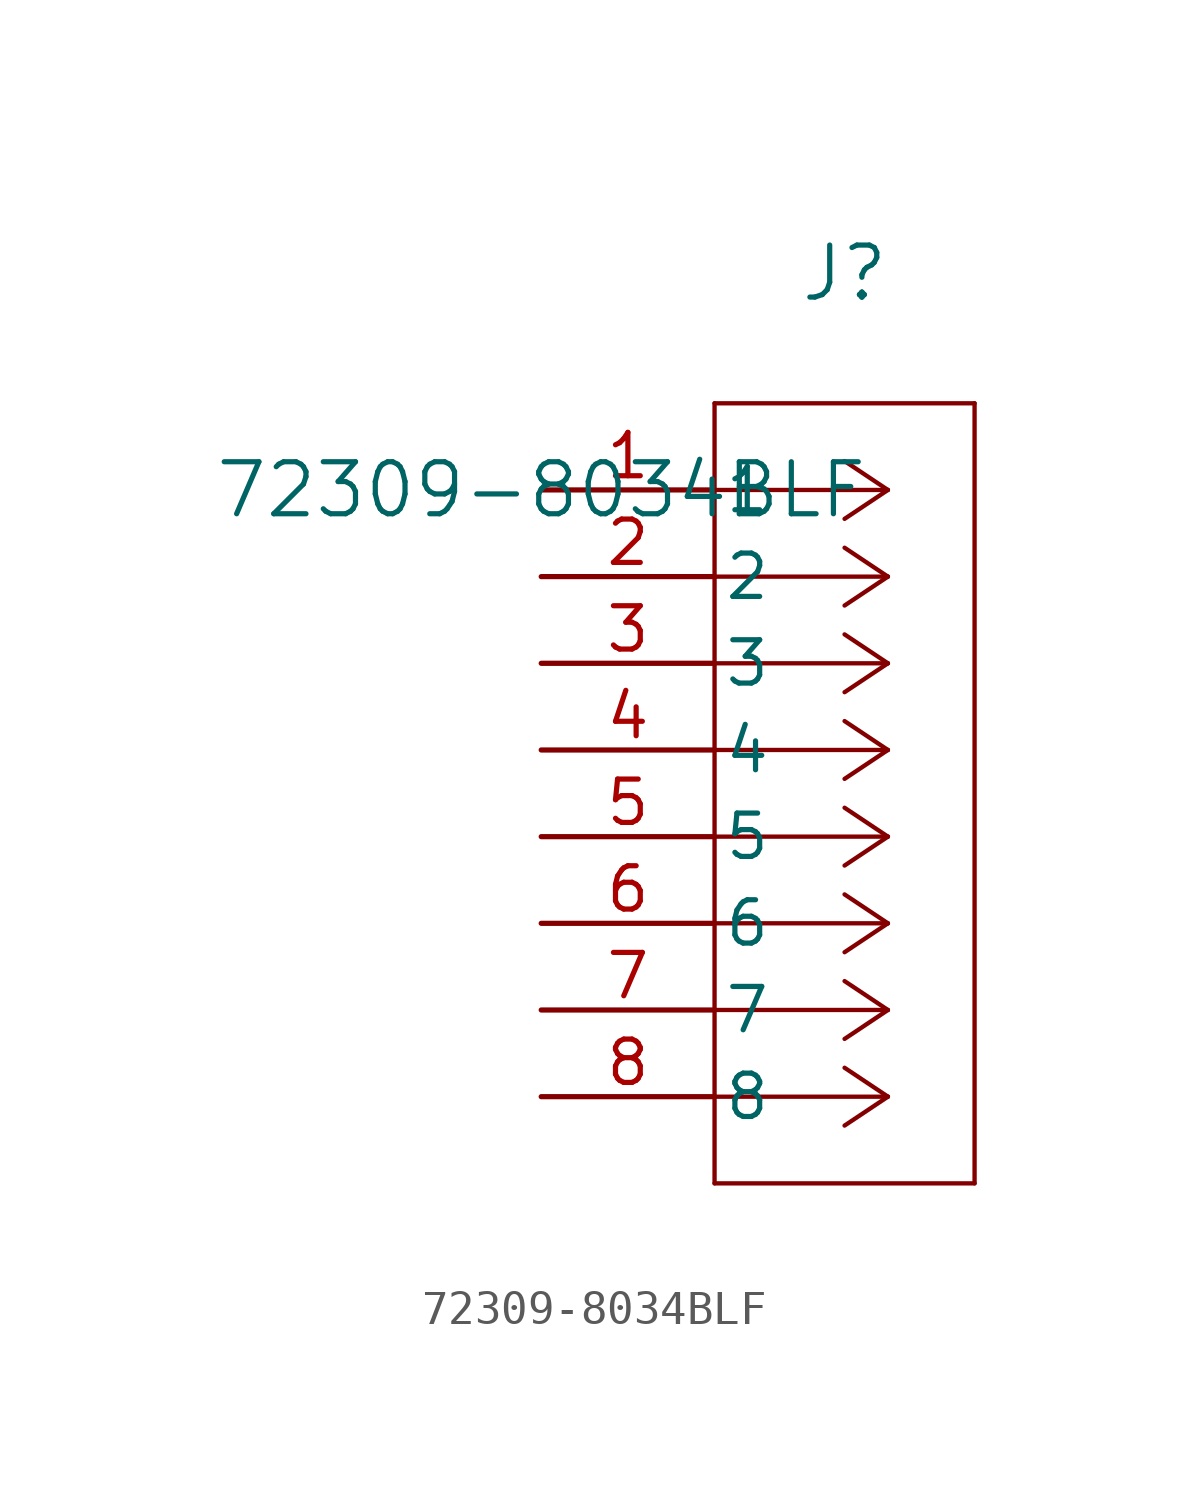
<source format=kicad_sym>
(kicad_symbol_lib
  (version 20211014)
  (generator kicad_symbol_editor)
  (symbol "72309-8034BLF"
    (pin_names
      (offset 0.254))
    (property "Reference" "J"
      (at 8.89 6.35 0)
      (effects (font (size 1.524 1.524))))
    (property "Value" "72309-8034BLF"
      (at 0 0 0)
      (effects (font (size 1.524 1.524))))
    (symbol "72309-8034BLF_0_1"
      (polyline (pts (xy 10.16 0) (xy 5.08 0)) (stroke (width 0.127) (type default) (color 0 0 0 0)) (fill (type none)))
      (polyline (pts (xy 10.16 -2.54) (xy 5.08 -2.54)) (stroke (width 0.127) (type default) (color 0 0 0 0)) (fill (type none)))
      (polyline (pts (xy 10.16 -5.08) (xy 5.08 -5.08)) (stroke (width 0.127) (type default) (color 0 0 0 0)) (fill (type none)))
      (polyline (pts (xy 10.16 -7.62) (xy 5.08 -7.62)) (stroke (width 0.127) (type default) (color 0 0 0 0)) (fill (type none)))
      (polyline (pts (xy 10.16 -10.16) (xy 5.08 -10.16)) (stroke (width 0.127) (type default) (color 0 0 0 0)) (fill (type none)))
      (polyline (pts (xy 10.16 -12.7) (xy 5.08 -12.7)) (stroke (width 0.127) (type default) (color 0 0 0 0)) (fill (type none)))
      (polyline (pts (xy 10.16 -15.24) (xy 5.08 -15.24)) (stroke (width 0.127) (type default) (color 0 0 0 0)) (fill (type none)))
      (polyline (pts (xy 10.16 -17.78) (xy 5.08 -17.78)) (stroke (width 0.127) (type default) (color 0 0 0 0)) (fill (type none)))
      (polyline (pts (xy 10.16 0) (xy 8.89 0.847)) (stroke (width 0.127) (type default) (color 0 0 0 0)) (fill (type none)))
      (polyline (pts (xy 10.16 -2.54) (xy 8.89 -1.693)) (stroke (width 0.127) (type default) (color 0 0 0 0)) (fill (type none)))
      (polyline (pts (xy 10.16 -5.08) (xy 8.89 -4.233)) (stroke (width 0.127) (type default) (color 0 0 0 0)) (fill (type none)))
      (polyline (pts (xy 10.16 -7.62) (xy 8.89 -6.773)) (stroke (width 0.127) (type default) (color 0 0 0 0)) (fill (type none)))
      (polyline (pts (xy 10.16 -10.16) (xy 8.89 -9.313)) (stroke (width 0.127) (type default) (color 0 0 0 0)) (fill (type none)))
      (polyline (pts (xy 10.16 -12.7) (xy 8.89 -11.853)) (stroke (width 0.127) (type default) (color 0 0 0 0)) (fill (type none)))
      (polyline (pts (xy 10.16 -15.24) (xy 8.89 -14.393)) (stroke (width 0.127) (type default) (color 0 0 0 0)) (fill (type none)))
      (polyline (pts (xy 10.16 -17.78) (xy 8.89 -16.933)) (stroke (width 0.127) (type default) (color 0 0 0 0)) (fill (type none)))
      (polyline (pts (xy 10.16 0) (xy 8.89 -0.847)) (stroke (width 0.127) (type default) (color 0 0 0 0)) (fill (type none)))
      (polyline (pts (xy 10.16 -2.54) (xy 8.89 -3.387)) (stroke (width 0.127) (type default) (color 0 0 0 0)) (fill (type none)))
      (polyline (pts (xy 10.16 -5.08) (xy 8.89 -5.927)) (stroke (width 0.127) (type default) (color 0 0 0 0)) (fill (type none)))
      (polyline (pts (xy 10.16 -7.62) (xy 8.89 -8.467)) (stroke (width 0.127) (type default) (color 0 0 0 0)) (fill (type none)))
      (polyline (pts (xy 10.16 -10.16) (xy 8.89 -11.007)) (stroke (width 0.127) (type default) (color 0 0 0 0)) (fill (type none)))
      (polyline (pts (xy 10.16 -12.7) (xy 8.89 -13.547)) (stroke (width 0.127) (type default) (color 0 0 0 0)) (fill (type none)))
      (polyline (pts (xy 10.16 -15.24) (xy 8.89 -16.087)) (stroke (width 0.127) (type default) (color 0 0 0 0)) (fill (type none)))
      (polyline (pts (xy 10.16 -17.78) (xy 8.89 -18.627)) (stroke (width 0.127) (type default) (color 0 0 0 0)) (fill (type none)))
      (polyline (pts (xy 5.08 2.54) (xy 5.08 -20.32)) (stroke (width 0.127) (type default) (color 0 0 0 0)) (fill (type none)))
      (polyline (pts (xy 5.08 -20.32) (xy 12.7 -20.32)) (stroke (width 0.127) (type default) (color 0 0 0 0)) (fill (type none)))
      (polyline (pts (xy 12.7 -20.32) (xy 12.7 2.54)) (stroke (width 0.127) (type default) (color 0 0 0 0)) (fill (type none)))
      (polyline (pts (xy 12.7 2.54) (xy 5.08 2.54)) (stroke (width 0.127) (type default) (color 0 0 0 0)) (fill (type none)))
      (pin unspecified line (at 0 0 0) (length 5.08) (name "1" (effects (font (size 1.27 1.27)))) (number "1" (effects (font (size 1.27 1.27)))))
      (pin unspecified line (at 0 -2.54 0) (length 5.08) (name "2" (effects (font (size 1.27 1.27)))) (number "2" (effects (font (size 1.27 1.27)))))
      (pin unspecified line (at 0 -5.08 0) (length 5.08) (name "3" (effects (font (size 1.27 1.27)))) (number "3" (effects (font (size 1.27 1.27)))))
      (pin unspecified line (at 0 -7.62 0) (length 5.08) (name "4" (effects (font (size 1.27 1.27)))) (number "4" (effects (font (size 1.27 1.27)))))
      (pin unspecified line (at 0 -10.16 0) (length 5.08) (name "5" (effects (font (size 1.27 1.27)))) (number "5" (effects (font (size 1.27 1.27)))))
      (pin unspecified line (at 0 -12.7 0) (length 5.08) (name "6" (effects (font (size 1.27 1.27)))) (number "6" (effects (font (size 1.27 1.27)))))
      (pin unspecified line (at 0 -15.24 0) (length 5.08) (name "7" (effects (font (size 1.27 1.27)))) (number "7" (effects (font (size 1.27 1.27)))))
      (pin unspecified line (at 0 -17.78 0) (length 5.08) (name "8" (effects (font (size 1.27 1.27)))) (number "8" (effects (font (size 1.27 1.27))))))))
</source>
